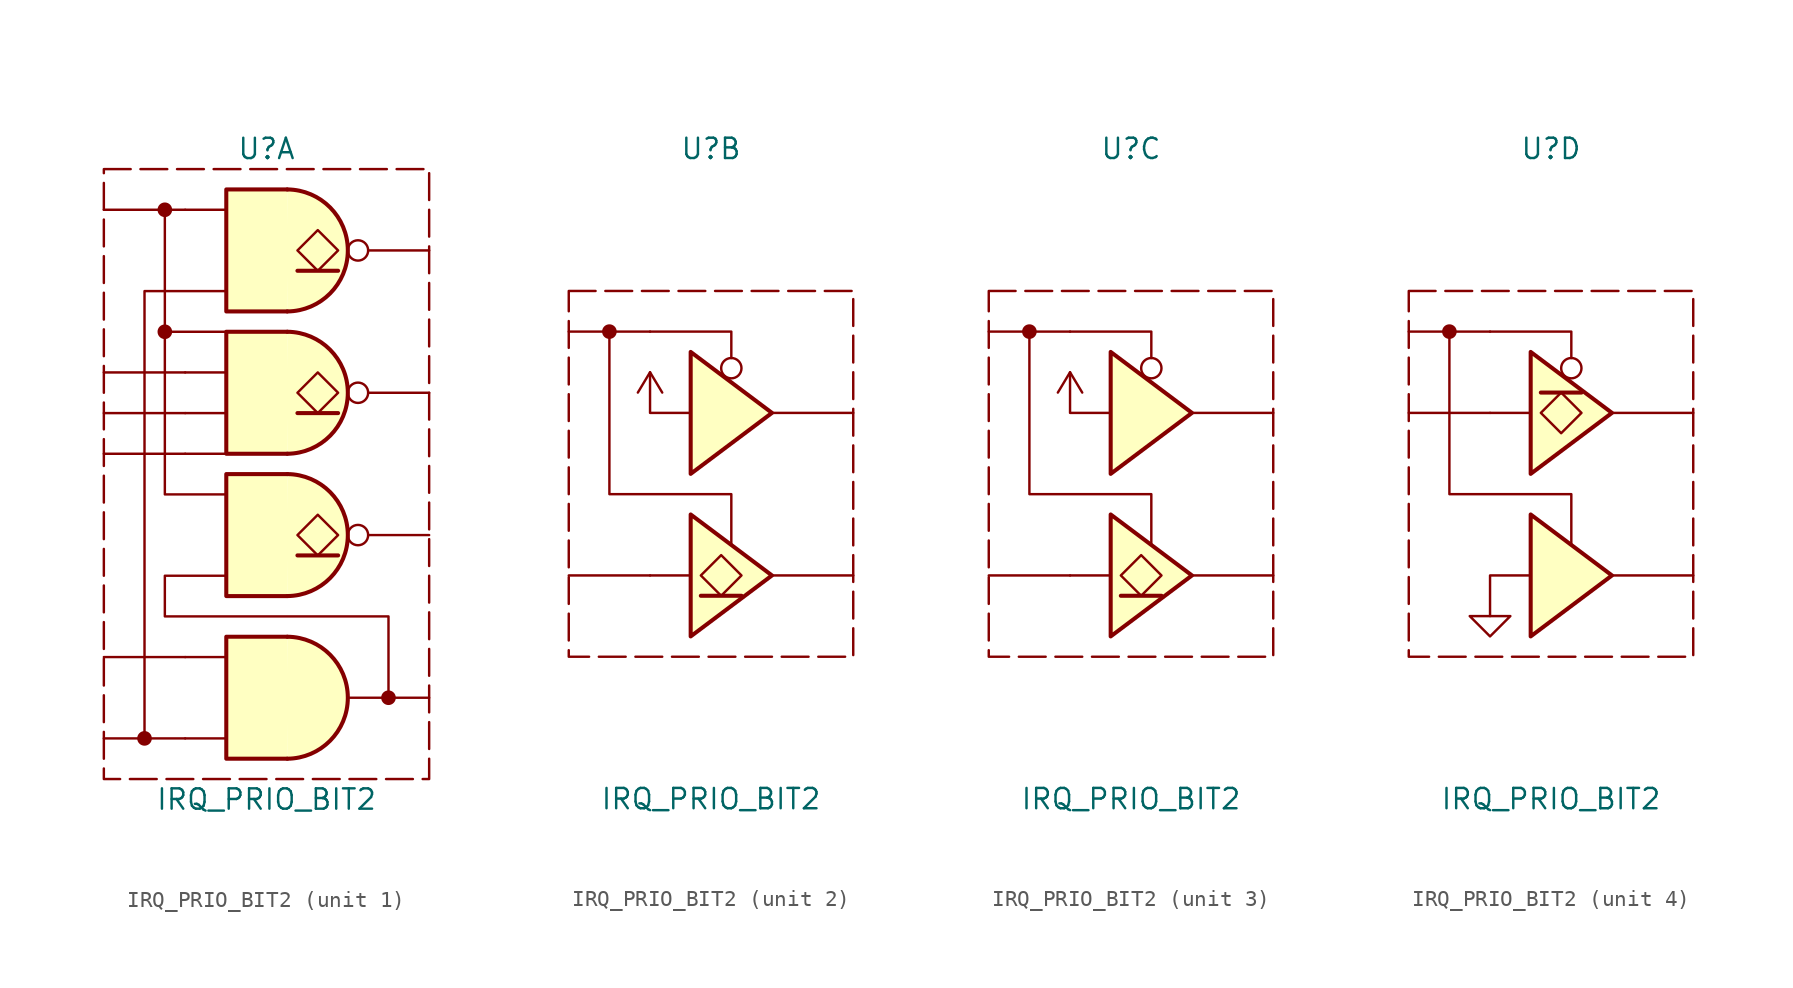
<source format=kicad_sym>
(kicad_symbol_lib
  (version 20231120)
  (generator "kicad_symbol_editor")
  (generator_version "8.0")
  (symbol "IRQ_PRIO_BIT2"
    (pin_numbers hide)
    (pin_names hide)
    (property "Reference" "U"
      (at 0 20.32 0)
      (effects (font (size 1.27 1.27))))
    (property "Value" "IRQ_PRIO_BIT2"
      (at 0 -20.32 0)
      (effects (font (size 1.27 1.27))))
    (property "ki_locked" ""
      (at 0 0 0)
      (effects (font (size 1.27 1.27))))
    (symbol "IRQ_PRIO_BIT2_1_1"
      (rectangle (start -10.16 19.05) (end 10.16 -19.05) (stroke (width 0) (type dash)) (fill (type none)))
      (circle (center -7.62 -16.51) (radius 0.381) (stroke (width 0) (type default)) (fill (type outline)))
      (circle (center -6.35 8.89) (radius 0.381) (stroke (width 0) (type default)) (fill (type outline)))
      (circle (center -6.35 16.51) (radius 0.381) (stroke (width 0) (type default)) (fill (type outline)))
      (polyline (pts (xy -5.08 -16.51) (xy -2.54 -16.51)) (stroke (width 0) (type default)) (fill (type none)))
      (polyline (pts (xy -5.08 -11.43) (xy -2.54 -11.43)) (stroke (width 0) (type default)) (fill (type none)))
      (polyline (pts (xy -5.08 3.81) (xy -2.54 3.81)) (stroke (width 0) (type default)) (fill (type none)))
      (polyline (pts (xy -5.08 6.35) (xy -2.54 6.35)) (stroke (width 0) (type default)) (fill (type none)))
      (polyline (pts (xy -5.08 16.51) (xy -2.54 16.51)) (stroke (width 0) (type default)) (fill (type none)))
      (polyline (pts (xy -2.54 1.27) (xy -5.08 1.27)) (stroke (width 0) (type default)) (fill (type none)))
      (polyline (pts (xy -2.54 8.89) (xy -6.35 8.89)) (stroke (width 0) (type default)) (fill (type none)))
      (polyline (pts (xy 1.933 -5.08) (xy 4.473 -5.08)) (stroke (width 0.254) (type default)) (fill (type none)))
      (polyline (pts (xy 1.933 3.81) (xy 4.473 3.81)) (stroke (width 0.254) (type default)) (fill (type none)))
      (polyline (pts (xy 1.933 12.7) (xy 4.473 12.7)) (stroke (width 0.254) (type default)) (fill (type none)))
      (polyline (pts (xy -6.35 16.51) (xy -6.35 -1.27) (xy -2.54 -1.27)) (stroke (width 0) (type default)) (fill (type none)))
      (polyline (pts (xy -2.54 11.43) (xy -7.62 11.43) (xy -7.62 -16.51)) (stroke (width 0) (type default)) (fill (type none)))
      (polyline (pts (xy 1.298 -10.16) (xy -2.512 -10.16) (xy -2.512 -17.78) (xy 1.298 -17.78)) (stroke (width 0.254) (type default)) (fill (type background)))
      (polyline (pts (xy 1.298 0) (xy -2.512 0) (xy -2.512 -7.62) (xy 1.298 -7.62)) (stroke (width 0.254) (type default)) (fill (type background)))
      (polyline (pts (xy 1.298 8.89) (xy -2.512 8.89) (xy -2.512 1.27) (xy 1.298 1.27)) (stroke (width 0.254) (type default)) (fill (type background)))
      (polyline (pts (xy 1.298 17.78) (xy -2.512 17.78) (xy -2.512 10.16) (xy 1.298 10.16)) (stroke (width 0.254) (type default)) (fill (type background)))
      (polyline (pts (xy -2.54 -6.35) (xy -6.35 -6.35) (xy -6.35 -8.89) (xy 7.62 -8.89) (xy 7.62 -13.97)) (stroke (width 0) (type default)) (fill (type none)))
      (polyline (pts (xy 4.473 -3.81) (xy 3.203 -2.54) (xy 1.933 -3.81) (xy 3.203 -5.08) (xy 4.473 -3.81)) (stroke (width 0) (type default)) (fill (type none)))
      (polyline (pts (xy 4.473 5.08) (xy 3.203 6.35) (xy 1.933 5.08) (xy 3.203 3.81) (xy 4.473 5.08)) (stroke (width 0) (type default)) (fill (type none)))
      (polyline (pts (xy 4.473 13.97) (xy 3.203 15.24) (xy 1.933 13.97) (xy 3.203 12.7) (xy 4.473 13.97)) (stroke (width 0) (type default)) (fill (type none)))
      (arc (start 1.2976 -17.78) (mid 5.0801 -13.97) (end 1.2976 -10.16) (stroke (width 0.254) (type default)) (fill (type background)))
      (arc (start 1.2976 -7.62) (mid 5.0801 -3.81) (end 1.2976 0) (stroke (width 0.254) (type default)) (fill (type background)))
      (arc (start 1.2976 1.27) (mid 5.0801 5.08) (end 1.2976 8.89) (stroke (width 0.254) (type default)) (fill (type background)))
      (arc (start 1.2976 10.16) (mid 5.0801 13.97) (end 1.2976 17.78) (stroke (width 0.254) (type default)) (fill (type background)))
      (circle (center 7.62 -13.97) (radius 0.381) (stroke (width 0) (type default)) (fill (type outline)))
      (pin input line (at -10.16 -11.43 0) (length 5.08) (name "AND_IN1" (effects (font (size 1.27 1.27)))) (number "" (effects (font (size 1.27 1.27)))))
      (pin input line (at -10.16 -16.51 0) (length 5.08) (name "AND_IN2_NAND_A_IN2" (effects (font (size 1.27 1.27)))) (number "" (effects (font (size 1.27 1.27)))))
      (pin output line (at 10.16 -13.97 180) (length 5.08) (name "AND_Y" (effects (font (size 1.27 1.27)))) (number "" (effects (font (size 1.27 1.27)))))
      (pin tri_state inverted (at 10.16 13.97 180) (length 5.08) (name "NAND_A_Y" (effects (font (size 1.27 1.27)))) (number "" (effects (font (size 1.27 1.27)))))
      (pin input line (at -10.16 6.35 0) (length 5.08) (name "NAND_B_IN2" (effects (font (size 1.27 1.27)))) (number "" (effects (font (size 1.27 1.27)))))
      (pin input line (at -10.16 3.81 0) (length 5.08) (name "NAND_B_IN3" (effects (font (size 1.27 1.27)))) (number "" (effects (font (size 1.27 1.27)))))
      (pin input line (at -10.16 1.27 0) (length 5.08) (name "NAND_B_IN4" (effects (font (size 1.27 1.27)))) (number "" (effects (font (size 1.27 1.27)))))
      (pin tri_state inverted (at 10.16 5.08 180) (length 5.08) (name "NAND_B_Y" (effects (font (size 1.27 1.27)))) (number "" (effects (font (size 1.27 1.27)))))
      (pin tri_state inverted (at 10.16 -3.81 180) (length 5.08) (name "NAND_C_Y" (effects (font (size 1.27 1.27)))) (number "" (effects (font (size 1.27 1.27)))))
      (pin input line (at -10.16 16.51 0) (length 5.08) (name "~{PCH}" (effects (font (size 1.27 1.27)))) (number "" (effects (font (size 1.27 1.27))))))
    (symbol "IRQ_PRIO_BIT2_2_0"
      (polyline (pts (xy -1.27 -2.54) (xy -1.27 -10.16) (xy 3.81 -6.35) (xy -1.27 -2.54)) (stroke (width 0.254) (type default)) (fill (type background)))
      (polyline (pts (xy -1.27 7.62) (xy -1.27 0) (xy 3.81 3.81) (xy -1.27 7.62)) (stroke (width 0.254) (type default)) (fill (type background))))
    (symbol "IRQ_PRIO_BIT2_2_1"
      (rectangle (start -8.89 11.43) (end 8.89 -11.43) (stroke (width 0) (type dash)) (fill (type none)))
      (circle (center -6.35 8.89) (radius 0.381) (stroke (width 0) (type default)) (fill (type outline)))
      (polyline (pts (xy -3.81 -6.35) (xy -1.27 -6.35)) (stroke (width 0) (type default)) (fill (type none)))
      (polyline (pts (xy -0.635 -7.62) (xy 1.905 -7.62)) (stroke (width 0.254) (type default)) (fill (type none)))
      (polyline (pts (xy -4.572 5.08) (xy -3.81 6.35) (xy -3.048 5.08)) (stroke (width 0) (type default)) (fill (type none)))
      (polyline (pts (xy -3.81 8.89) (xy 1.27 8.89) (xy 1.27 7.239)) (stroke (width 0) (type default)) (fill (type none)))
      (polyline (pts (xy -1.27 3.81) (xy -3.81 3.81) (xy -3.81 6.35)) (stroke (width 0) (type default)) (fill (type none)))
      (polyline (pts (xy 1.27 -4.445) (xy 1.27 -1.27) (xy -6.35 -1.27) (xy -6.35 8.89)) (stroke (width 0) (type default)) (fill (type none)))
      (polyline (pts (xy 1.905 -6.35) (xy 0.635 -5.08) (xy -0.635 -6.35) (xy 0.635 -7.62) (xy 1.905 -6.35)) (stroke (width 0) (type default)) (fill (type none)))
      (circle (center 1.27 6.604) (radius 0.635) (stroke (width 0) (type default)) (fill (type none)))
      (pin input line (at -8.89 8.89 0) (length 5.08) (name "DIST_NAND_A_IN" (effects (font (size 1.27 1.27)))) (number "" (effects (font (size 1.27 1.27)))))
      (pin input line (at -8.89 -6.35 0) (length 5.08) (name "DIST_NAND_A_IN_N" (effects (font (size 1.27 1.27)))) (number "" (effects (font (size 1.27 1.27)))))
      (pin tri_state line (at 8.89 -6.35 180) (length 5.08) (name "DIST_NAND_A_Y_N" (effects (font (size 1.27 1.27)))) (number "" (effects (font (size 1.27 1.27)))))
      (pin tri_state line (at 8.89 3.81 180) (length 5.08) (name "DIST_NAND_A_Y_P" (effects (font (size 1.27 1.27)))) (number "" (effects (font (size 1.27 1.27))))))
    (symbol "IRQ_PRIO_BIT2_3_0"
      (polyline (pts (xy -1.27 -2.54) (xy -1.27 -10.16) (xy 3.81 -6.35) (xy -1.27 -2.54)) (stroke (width 0.254) (type default)) (fill (type background)))
      (polyline (pts (xy -1.27 7.62) (xy -1.27 0) (xy 3.81 3.81) (xy -1.27 7.62)) (stroke (width 0.254) (type default)) (fill (type background))))
    (symbol "IRQ_PRIO_BIT2_3_1"
      (rectangle (start -8.89 11.43) (end 8.89 -11.43) (stroke (width 0) (type dash)) (fill (type none)))
      (circle (center -6.35 8.89) (radius 0.381) (stroke (width 0) (type default)) (fill (type outline)))
      (polyline (pts (xy -3.81 -6.35) (xy -1.27 -6.35)) (stroke (width 0) (type default)) (fill (type none)))
      (polyline (pts (xy -0.635 -7.62) (xy 1.905 -7.62)) (stroke (width 0.254) (type default)) (fill (type none)))
      (polyline (pts (xy -4.572 5.08) (xy -3.81 6.35) (xy -3.048 5.08)) (stroke (width 0) (type default)) (fill (type none)))
      (polyline (pts (xy -3.81 8.89) (xy 1.27 8.89) (xy 1.27 7.239)) (stroke (width 0) (type default)) (fill (type none)))
      (polyline (pts (xy -1.27 3.81) (xy -3.81 3.81) (xy -3.81 6.35)) (stroke (width 0) (type default)) (fill (type none)))
      (polyline (pts (xy 1.27 -4.445) (xy 1.27 -1.27) (xy -6.35 -1.27) (xy -6.35 8.89)) (stroke (width 0) (type default)) (fill (type none)))
      (polyline (pts (xy 1.905 -6.35) (xy 0.635 -5.08) (xy -0.635 -6.35) (xy 0.635 -7.62) (xy 1.905 -6.35)) (stroke (width 0) (type default)) (fill (type none)))
      (circle (center 1.27 6.604) (radius 0.635) (stroke (width 0) (type default)) (fill (type none)))
      (pin input line (at -8.89 8.89 0) (length 5.08) (name "DIST_NAND_B_IN" (effects (font (size 1.27 1.27)))) (number "" (effects (font (size 1.27 1.27)))))
      (pin input line (at -8.89 -6.35 0) (length 5.08) (name "DIST_NAND_B_IN_N" (effects (font (size 1.27 1.27)))) (number "" (effects (font (size 1.27 1.27)))))
      (pin tri_state line (at 8.89 -6.35 180) (length 5.08) (name "DIST_NAND_B_Y_N" (effects (font (size 1.27 1.27)))) (number "" (effects (font (size 1.27 1.27)))))
      (pin tri_state line (at 8.89 3.81 180) (length 5.08) (name "DIST_NAND_B_Y_P" (effects (font (size 1.27 1.27)))) (number "" (effects (font (size 1.27 1.27))))))
    (symbol "IRQ_PRIO_BIT2_4_0"
      (polyline (pts (xy -1.27 -2.54) (xy -1.27 -10.16) (xy 3.81 -6.35) (xy -1.27 -2.54)) (stroke (width 0.254) (type default)) (fill (type background)))
      (polyline (pts (xy -1.27 7.62) (xy -1.27 0) (xy 3.81 3.81) (xy -1.27 7.62)) (stroke (width 0.254) (type default)) (fill (type background))))
    (symbol "IRQ_PRIO_BIT2_4_1"
      (rectangle (start -8.89 11.43) (end 8.89 -11.43) (stroke (width 0) (type dash)) (fill (type none)))
      (circle (center -6.35 8.89) (radius 0.381) (stroke (width 0) (type default)) (fill (type outline)))
      (polyline (pts (xy -3.81 3.81) (xy -1.27 3.81)) (stroke (width 0) (type default)) (fill (type none)))
      (polyline (pts (xy -0.635 5.08) (xy 1.905 5.08)) (stroke (width 0.254) (type default)) (fill (type none)))
      (polyline (pts (xy -3.81 8.89) (xy 1.27 8.89) (xy 1.27 7.239)) (stroke (width 0) (type default)) (fill (type none)))
      (polyline (pts (xy -1.27 -6.35) (xy -3.81 -6.35) (xy -3.81 -8.89)) (stroke (width 0) (type default)) (fill (type none)))
      (polyline (pts (xy -2.54 -8.89) (xy -5.08 -8.89) (xy -3.81 -10.16) (xy -2.54 -8.89)) (stroke (width 0) (type default)) (fill (type none)))
      (polyline (pts (xy 1.27 -4.445) (xy 1.27 -1.27) (xy -6.35 -1.27) (xy -6.35 8.89)) (stroke (width 0) (type default)) (fill (type none)))
      (polyline (pts (xy 1.905 3.81) (xy 0.635 5.08) (xy -0.635 3.81) (xy 0.635 2.54) (xy 1.905 3.81)) (stroke (width 0) (type default)) (fill (type none)))
      (circle (center 1.27 6.604) (radius 0.635) (stroke (width 0) (type default)) (fill (type none)))
      (pin input line (at -8.89 8.89 0) (length 5.08) (name "DIST_NOR_IN" (effects (font (size 1.27 1.27)))) (number "" (effects (font (size 1.27 1.27)))))
      (pin input line (at -8.89 3.81 0) (length 5.08) (name "DIST_NOR_IN_P" (effects (font (size 1.27 1.27)))) (number "" (effects (font (size 1.27 1.27)))))
      (pin tri_state line (at 8.89 -6.35 180) (length 5.08) (name "DIST_NOR_Y_N" (effects (font (size 1.27 1.27)))) (number "" (effects (font (size 1.27 1.27)))))
      (pin tri_state line (at 8.89 3.81 180) (length 5.08) (name "DIST_NOR_Y_P" (effects (font (size 1.27 1.27)))) (number "" (effects (font (size 1.27 1.27))))))))
</source>
